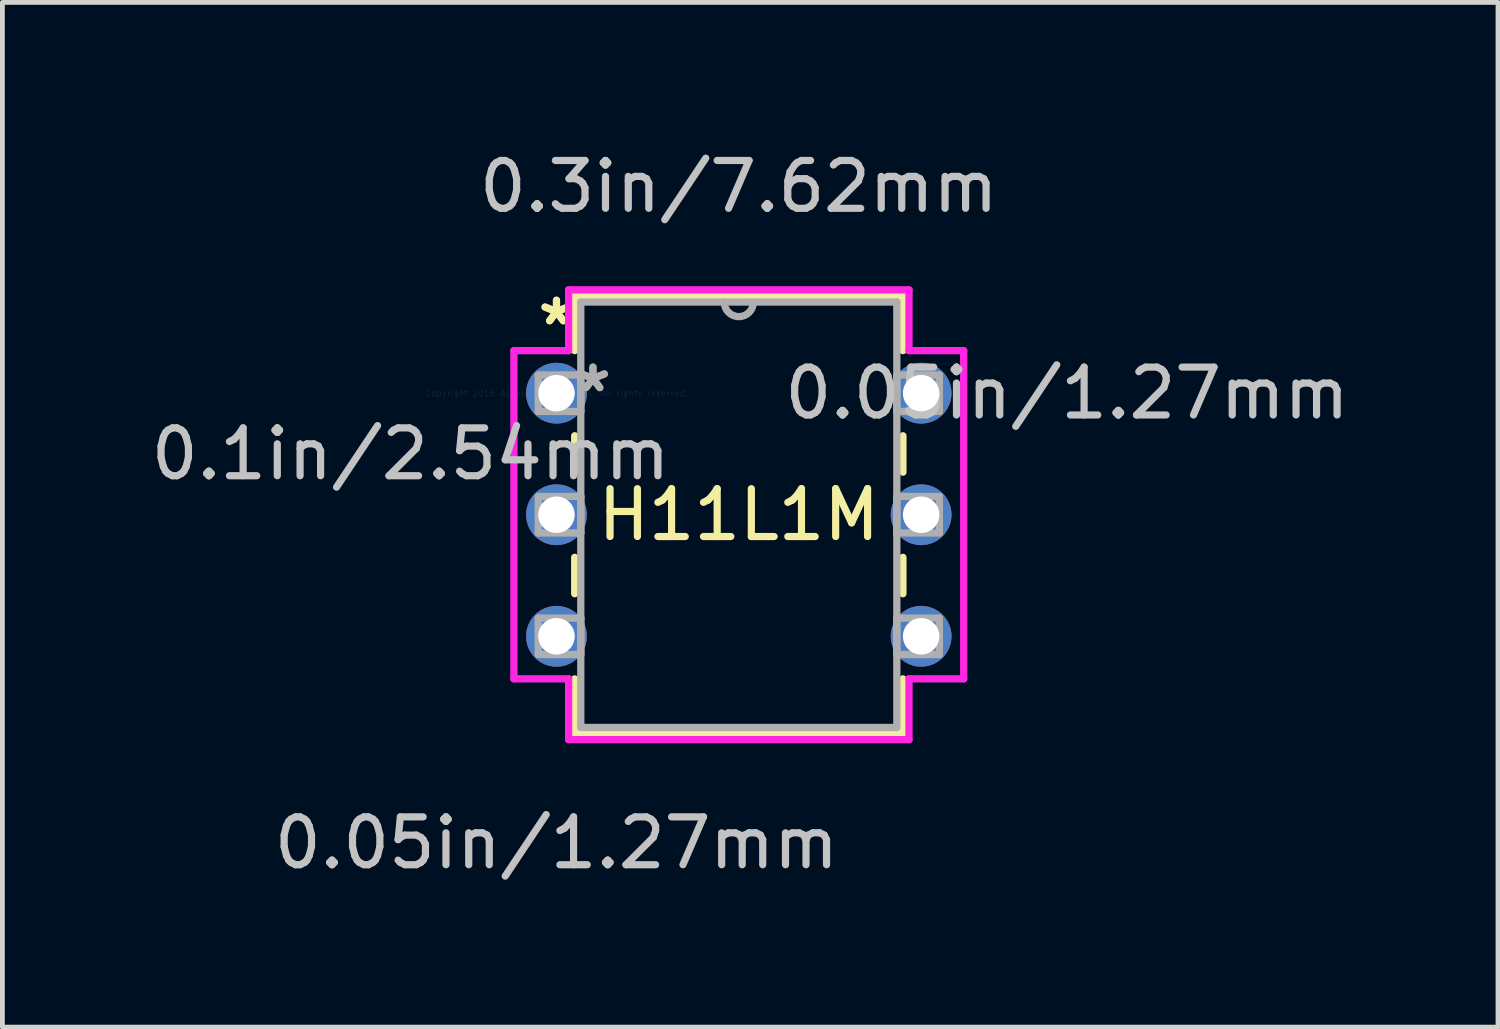
<source format=kicad_pcb>
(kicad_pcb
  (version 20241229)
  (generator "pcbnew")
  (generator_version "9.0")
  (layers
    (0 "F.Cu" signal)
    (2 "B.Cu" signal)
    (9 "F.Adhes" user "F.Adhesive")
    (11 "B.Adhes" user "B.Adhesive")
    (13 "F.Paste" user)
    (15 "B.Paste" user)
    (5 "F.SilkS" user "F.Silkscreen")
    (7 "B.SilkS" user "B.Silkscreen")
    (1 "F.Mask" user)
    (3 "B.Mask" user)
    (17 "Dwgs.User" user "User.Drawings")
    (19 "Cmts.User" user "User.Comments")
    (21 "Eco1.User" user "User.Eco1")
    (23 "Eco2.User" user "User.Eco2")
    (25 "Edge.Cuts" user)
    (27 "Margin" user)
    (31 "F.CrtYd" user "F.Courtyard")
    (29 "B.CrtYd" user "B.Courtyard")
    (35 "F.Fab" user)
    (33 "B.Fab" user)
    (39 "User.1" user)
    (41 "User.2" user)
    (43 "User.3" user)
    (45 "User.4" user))
  (footprint "H11L1M"
    (layer "F.Cu")
    (at 8.578 5.166)
    (property "Reference" "H11L1M" (at 3.81 2.54 0) (layer "F.SilkS") (effects (font (size 1 1) (thickness 0.15))))
    (attr through_hole)
    (fp_line (start 0.381 -2.032) (end 0.381 -0.89) (stroke (width 0.152) (type solid)) (layer "F.SilkS"))
    (fp_line (start 0.381 0.89) (end 0.381 1.65) (stroke (width 0.152) (type solid)) (layer "F.SilkS"))
    (fp_line (start 0.381 3.43) (end 0.381 4.19) (stroke (width 0.152) (type solid)) (layer "F.SilkS"))
    (fp_line (start 0.381 5.97) (end 0.381 7.112) (stroke (width 0.152) (type solid)) (layer "F.SilkS"))
    (fp_line (start 0.381 7.112) (end 7.239 7.112) (stroke (width 0.152) (type solid)) (layer "F.SilkS"))
    (fp_line (start 7.239 -2.032) (end 0.381 -2.032) (stroke (width 0.152) (type solid)) (layer "F.SilkS"))
    (fp_line (start 7.239 -0.89) (end 7.239 -2.032) (stroke (width 0.152) (type solid)) (layer "F.SilkS"))
    (fp_line (start 7.239 1.65) (end 7.239 0.89) (stroke (width 0.152) (type solid)) (layer "F.SilkS"))
    (fp_line (start 7.239 4.19) (end 7.239 3.43) (stroke (width 0.152) (type solid)) (layer "F.SilkS"))
    (fp_line (start 7.239 7.112) (end 7.239 5.97) (stroke (width 0.152) (type solid)) (layer "F.SilkS"))
    (fp_line (start -0.889 -0.889) (end -0.889 5.969) (stroke (width 0.152) (type solid)) (layer "F.CrtYd"))
    (fp_line (start -0.889 5.969) (end 0.254 5.969) (stroke (width 0.152) (type solid)) (layer "F.CrtYd"))
    (fp_line (start 0.254 -2.159) (end 0.254 -0.889) (stroke (width 0.152) (type solid)) (layer "F.CrtYd"))
    (fp_line (start 0.254 -0.889) (end -0.889 -0.889) (stroke (width 0.152) (type solid)) (layer "F.CrtYd"))
    (fp_line (start 0.254 5.969) (end 0.254 7.239) (stroke (width 0.152) (type solid)) (layer "F.CrtYd"))
    (fp_line (start 0.254 7.239) (end 7.366 7.239) (stroke (width 0.152) (type solid)) (layer "F.CrtYd"))
    (fp_line (start 7.366 -2.159) (end 0.254 -2.159) (stroke (width 0.152) (type solid)) (layer "F.CrtYd"))
    (fp_line (start 7.366 -0.889) (end 7.366 -2.159) (stroke (width 0.152) (type solid)) (layer "F.CrtYd"))
    (fp_line (start 7.366 5.969) (end 8.509 5.969) (stroke (width 0.152) (type solid)) (layer "F.CrtYd"))
    (fp_line (start 7.366 7.239) (end 7.366 5.969) (stroke (width 0.152) (type solid)) (layer "F.CrtYd"))
    (fp_line (start 8.509 -0.889) (end 7.366 -0.889) (stroke (width 0.152) (type solid)) (layer "F.CrtYd"))
    (fp_line (start 8.509 5.969) (end 8.509 -0.889) (stroke (width 0.152) (type solid)) (layer "F.CrtYd"))
    (fp_line (start -0.381 -0.381) (end -0.381 0.381) (stroke (width 0.152) (type solid)) (layer "F.Fab"))
    (fp_line (start -0.381 0.381) (end 0.508 0.381) (stroke (width 0.152) (type solid)) (layer "F.Fab"))
    (fp_line (start -0.381 2.159) (end -0.381 2.921) (stroke (width 0.152) (type solid)) (layer "F.Fab"))
    (fp_line (start -0.381 2.921) (end 0.508 2.921) (stroke (width 0.152) (type solid)) (layer "F.Fab"))
    (fp_line (start -0.381 4.699) (end -0.381 5.461) (stroke (width 0.152) (type solid)) (layer "F.Fab"))
    (fp_line (start -0.381 5.461) (end 0.508 5.461) (stroke (width 0.152) (type solid)) (layer "F.Fab"))
    (fp_line (start 0.508 -1.905) (end 0.508 6.985) (stroke (width 0.152) (type solid)) (layer "F.Fab"))
    (fp_line (start 0.508 -0.381) (end -0.381 -0.381) (stroke (width 0.152) (type solid)) (layer "F.Fab"))
    (fp_line (start 0.508 0.381) (end 0.508 -0.381) (stroke (width 0.152) (type solid)) (layer "F.Fab"))
    (fp_line (start 0.508 2.159) (end -0.381 2.159) (stroke (width 0.152) (type solid)) (layer "F.Fab"))
    (fp_line (start 0.508 2.921) (end 0.508 2.159) (stroke (width 0.152) (type solid)) (layer "F.Fab"))
    (fp_line (start 0.508 4.699) (end -0.381 4.699) (stroke (width 0.152) (type solid)) (layer "F.Fab"))
    (fp_line (start 0.508 5.461) (end 0.508 4.699) (stroke (width 0.152) (type solid)) (layer "F.Fab"))
    (fp_line (start 0.508 6.985) (end 7.112 6.985) (stroke (width 0.152) (type solid)) (layer "F.Fab"))
    (fp_line (start 7.112 -1.905) (end 0.508 -1.905) (stroke (width 0.152) (type solid)) (layer "F.Fab"))
    (fp_line (start 7.112 -0.381) (end 7.112 0.381) (stroke (width 0.152) (type solid)) (layer "F.Fab"))
    (fp_line (start 7.112 0.381) (end 8.001 0.381) (stroke (width 0.152) (type solid)) (layer "F.Fab"))
    (fp_line (start 7.112 2.159) (end 7.112 2.921) (stroke (width 0.152) (type solid)) (layer "F.Fab"))
    (fp_line (start 7.112 2.921) (end 8.001 2.921) (stroke (width 0.152) (type solid)) (layer "F.Fab"))
    (fp_line (start 7.112 4.699) (end 7.112 5.461) (stroke (width 0.152) (type solid)) (layer "F.Fab"))
    (fp_line (start 7.112 5.461) (end 8.001 5.461) (stroke (width 0.152) (type solid)) (layer "F.Fab"))
    (fp_line (start 7.112 6.985) (end 7.112 -1.905) (stroke (width 0.152) (type solid)) (layer "F.Fab"))
    (fp_line (start 8.001 -0.381) (end 7.112 -0.381) (stroke (width 0.152) (type solid)) (layer "F.Fab"))
    (fp_line (start 8.001 0.381) (end 8.001 -0.381) (stroke (width 0.152) (type solid)) (layer "F.Fab"))
    (fp_line (start 8.001 2.159) (end 7.112 2.159) (stroke (width 0.152) (type solid)) (layer "F.Fab"))
    (fp_line (start 8.001 2.921) (end 8.001 2.159) (stroke (width 0.152) (type solid)) (layer "F.Fab"))
    (fp_line (start 8.001 4.699) (end 7.112 4.699) (stroke (width 0.152) (type solid)) (layer "F.Fab"))
    (fp_line (start 8.001 5.461) (end 8.001 4.699) (stroke (width 0.152) (type solid)) (layer "F.Fab"))
    (fp_arc (start 4.1148 -1.905) (mid 3.81 -1.6002) (end 3.5052 -1.905) (stroke (width 0.1524) (type solid)) (layer "F.Fab"))
    (fp_text user "*" (at 0 -1.397 0) (layer "F.SilkS") (effects (font (size 1 1) (thickness 0.15))))
    (fp_text user "*" (at 0 -1.397 0) (layer "F.SilkS") (effects (font (size 1 1) (thickness 0.15))))
    (fp_text user "0.05in/1.27mm" (at 0 9.398 0) (layer "Dwgs.User") (effects (font (size 1 1) (thickness 0.15))))
    (fp_text user "0.3in/7.62mm" (at 3.81 -4.318 0) (layer "Dwgs.User") (effects (font (size 1 1) (thickness 0.15))))
    (fp_text user "0.1in/2.54mm" (at -3.048 1.27 0) (layer "Dwgs.User") (effects (font (size 1 1) (thickness 0.15))))
    (fp_text user "0.05in/1.27mm" (at 10.668 0 0) (layer "Dwgs.User") (effects (font (size 1 1) (thickness 0.15))))
    (fp_text user "Copyright 2016 Accelerated Designs. All rights reserved." (at 0 0 0) (layer "Cmts.User") (effects (font (size 0.127 0.127) (thickness 0.002))))
    (fp_text user "*" (at 0.762 0 0) (layer "F.Fab") (effects (font (size 1 1) (thickness 0.15))))
    (fp_text user "*" (at 0.762 0 0) (layer "F.Fab") (effects (font (size 1 1) (thickness 0.15))))
    (pad "1" thru_hole circle (at 0 0) (size 1.27 1.27) (drill 0.762) (layers "*.Cu" "*.Mask"))
    (pad "2" thru_hole circle (at 0 2.54) (size 1.27 1.27) (drill 0.762) (layers "*.Cu" "*.Mask"))
    (pad "3" thru_hole circle (at 0 5.08) (size 1.27 1.27) (drill 0.762) (layers "*.Cu" "*.Mask"))
    (pad "4" thru_hole circle (at 7.62 5.08) (size 1.27 1.27) (drill 0.762) (layers "*.Cu" "*.Mask"))
    (pad "5" thru_hole circle (at 7.62 2.54) (size 1.27 1.27) (drill 0.762) (layers "*.Cu" "*.Mask"))
    (pad "6" thru_hole circle (at 7.62 0) (size 1.27 1.27) (drill 0.762) (layers "*.Cu" "*.Mask")))
  (gr_rect
    (start -3 -3)
    (end 28.252 18.413)
    (stroke (width 0.1) (type default))
    (fill no)
    (layer "Edge.Cuts")))
</source>
